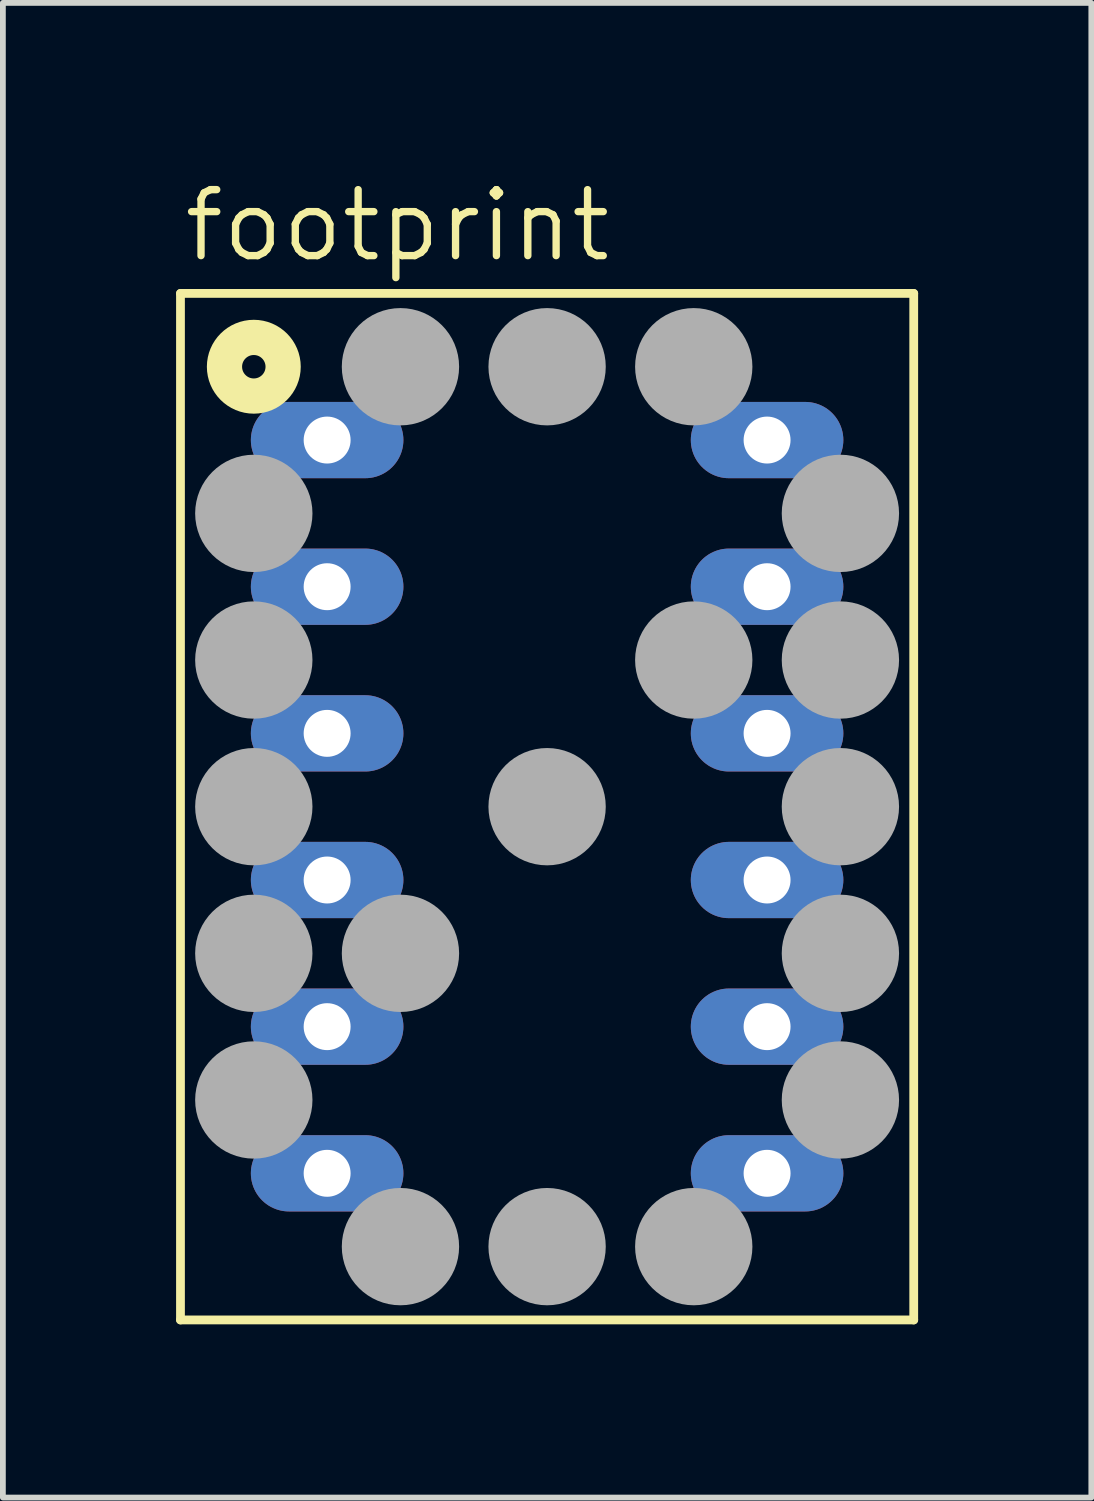
<source format=kicad_pcb>
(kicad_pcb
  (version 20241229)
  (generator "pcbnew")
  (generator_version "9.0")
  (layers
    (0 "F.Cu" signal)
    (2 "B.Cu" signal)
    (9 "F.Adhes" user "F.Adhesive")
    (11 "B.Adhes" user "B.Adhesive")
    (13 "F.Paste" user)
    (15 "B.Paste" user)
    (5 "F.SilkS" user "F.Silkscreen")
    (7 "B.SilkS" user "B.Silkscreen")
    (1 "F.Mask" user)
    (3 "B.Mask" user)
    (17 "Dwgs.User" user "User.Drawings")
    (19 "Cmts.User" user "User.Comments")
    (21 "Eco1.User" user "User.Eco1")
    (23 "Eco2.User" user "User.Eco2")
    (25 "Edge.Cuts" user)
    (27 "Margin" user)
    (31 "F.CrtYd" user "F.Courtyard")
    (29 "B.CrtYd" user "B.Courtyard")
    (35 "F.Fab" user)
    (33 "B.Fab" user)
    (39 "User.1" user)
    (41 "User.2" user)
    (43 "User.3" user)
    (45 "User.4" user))
  (footprint "footprint"
    (layer "F.Cu")
    (at 6.426 10.922)
    (property "Reference" "footprint" (at -6.35 -9.398 0) (layer "F.SilkS") (effects (font (size 1.143 1.143) (thickness 0.127)) (justify left bottom)))
    (fp_line (start -6.35 -8.89) (end -6.35 8.89) (stroke (width 0.152) (type solid)) (layer "F.SilkS"))
    (fp_line (start -6.35 -8.89) (end 6.35 -8.89) (stroke (width 0.152) (type solid)) (layer "F.SilkS"))
    (fp_line (start 6.35 8.89) (end -6.35 8.89) (stroke (width 0.152) (type solid)) (layer "F.SilkS"))
    (fp_line (start 6.35 8.89) (end 6.35 -8.89) (stroke (width 0.152) (type solid)) (layer "F.SilkS"))
    (fp_circle (center -5.08 -7.62) (end -4.572 -7.62) (stroke (width 0.61) (type solid)) (fill no) (layer "F.SilkS"))
    (fp_circle (center -5.08 -5.08) (end -4.572 -5.08) (stroke (width 1.016) (type solid)) (fill no) (layer "F.Fab"))
    (fp_circle (center -5.08 -2.54) (end -4.572 -2.54) (stroke (width 1.016) (type solid)) (fill no) (layer "F.Fab"))
    (fp_circle (center -5.08 0) (end -4.572 0) (stroke (width 1.016) (type solid)) (fill no) (layer "F.Fab"))
    (fp_circle (center -5.08 2.54) (end -4.572 2.54) (stroke (width 1.016) (type solid)) (fill no) (layer "F.Fab"))
    (fp_circle (center -5.08 5.08) (end -4.572 5.08) (stroke (width 1.016) (type solid)) (fill no) (layer "F.Fab"))
    (fp_circle (center -2.54 -7.62) (end -2.032 -7.62) (stroke (width 1.016) (type solid)) (fill no) (layer "F.Fab"))
    (fp_circle (center -2.54 2.54) (end -2.032 2.54) (stroke (width 1.016) (type solid)) (fill no) (layer "F.Fab"))
    (fp_circle (center -2.54 7.62) (end -2.032 7.62) (stroke (width 1.016) (type solid)) (fill no) (layer "F.Fab"))
    (fp_circle (center 0 -7.62) (end 0.508 -7.62) (stroke (width 1.016) (type solid)) (fill no) (layer "F.Fab"))
    (fp_circle (center 0 0) (end 0.508 0) (stroke (width 1.016) (type solid)) (fill no) (layer "F.Fab"))
    (fp_circle (center 0 7.62) (end 0.508 7.62) (stroke (width 1.016) (type solid)) (fill no) (layer "F.Fab"))
    (fp_circle (center 2.54 -7.62) (end 3.048 -7.62) (stroke (width 1.016) (type solid)) (fill no) (layer "F.Fab"))
    (fp_circle (center 2.54 -2.54) (end 3.048 -2.54) (stroke (width 1.016) (type solid)) (fill no) (layer "F.Fab"))
    (fp_circle (center 2.54 7.62) (end 3.048 7.62) (stroke (width 1.016) (type solid)) (fill no) (layer "F.Fab"))
    (fp_circle (center 5.08 -5.08) (end 5.588 -5.08) (stroke (width 1.016) (type solid)) (fill no) (layer "F.Fab"))
    (fp_circle (center 5.08 -2.54) (end 5.588 -2.54) (stroke (width 1.016) (type solid)) (fill no) (layer "F.Fab"))
    (fp_circle (center 5.08 0) (end 5.588 0) (stroke (width 1.016) (type solid)) (fill no) (layer "F.Fab"))
    (fp_circle (center 5.08 2.54) (end 5.588 2.54) (stroke (width 1.016) (type solid)) (fill no) (layer "F.Fab"))
    (fp_circle (center 5.08 5.08) (end 5.588 5.08) (stroke (width 1.016) (type solid)) (fill no) (layer "F.Fab"))
    (pad "1" thru_hole oval (at -3.81 -6.35) (size 2.642 1.321) (drill 0.813) (layers "*.Cu" "*.Mask"))
    (pad "2" thru_hole oval (at -3.81 -3.81) (size 2.642 1.321) (drill 0.813) (layers "*.Cu" "*.Mask"))
    (pad "3" thru_hole oval (at -3.81 -1.27) (size 2.642 1.321) (drill 0.813) (layers "*.Cu" "*.Mask"))
    (pad "4" thru_hole oval (at -3.81 1.27) (size 2.642 1.321) (drill 0.813) (layers "*.Cu" "*.Mask"))
    (pad "5" thru_hole oval (at -3.81 3.81) (size 2.642 1.321) (drill 0.813) (layers "*.Cu" "*.Mask"))
    (pad "6" thru_hole oval (at -3.81 6.35) (size 2.642 1.321) (drill 0.813) (layers "*.Cu" "*.Mask"))
    (pad "7" thru_hole oval (at 3.81 6.35) (size 2.642 1.321) (drill 0.813) (layers "*.Cu" "*.Mask"))
    (pad "8" thru_hole oval (at 3.81 3.81) (size 2.642 1.321) (drill 0.813) (layers "*.Cu" "*.Mask"))
    (pad "9" thru_hole oval (at 3.81 1.27) (size 2.642 1.321) (drill 0.813) (layers "*.Cu" "*.Mask"))
    (pad "10" thru_hole oval (at 3.81 -1.27) (size 2.642 1.321) (drill 0.813) (layers "*.Cu" "*.Mask"))
    (pad "11" thru_hole oval (at 3.81 -3.81) (size 2.642 1.321) (drill 0.813) (layers "*.Cu" "*.Mask"))
    (pad "12" thru_hole oval (at 3.81 -6.35) (size 2.642 1.321) (drill 0.813) (layers "*.Cu" "*.Mask")))
  (gr_rect
    (start -3 -3)
    (end 15.852 22.888)
    (stroke (width 0.1) (type default))
    (fill no)
    (layer "Edge.Cuts")))
</source>
